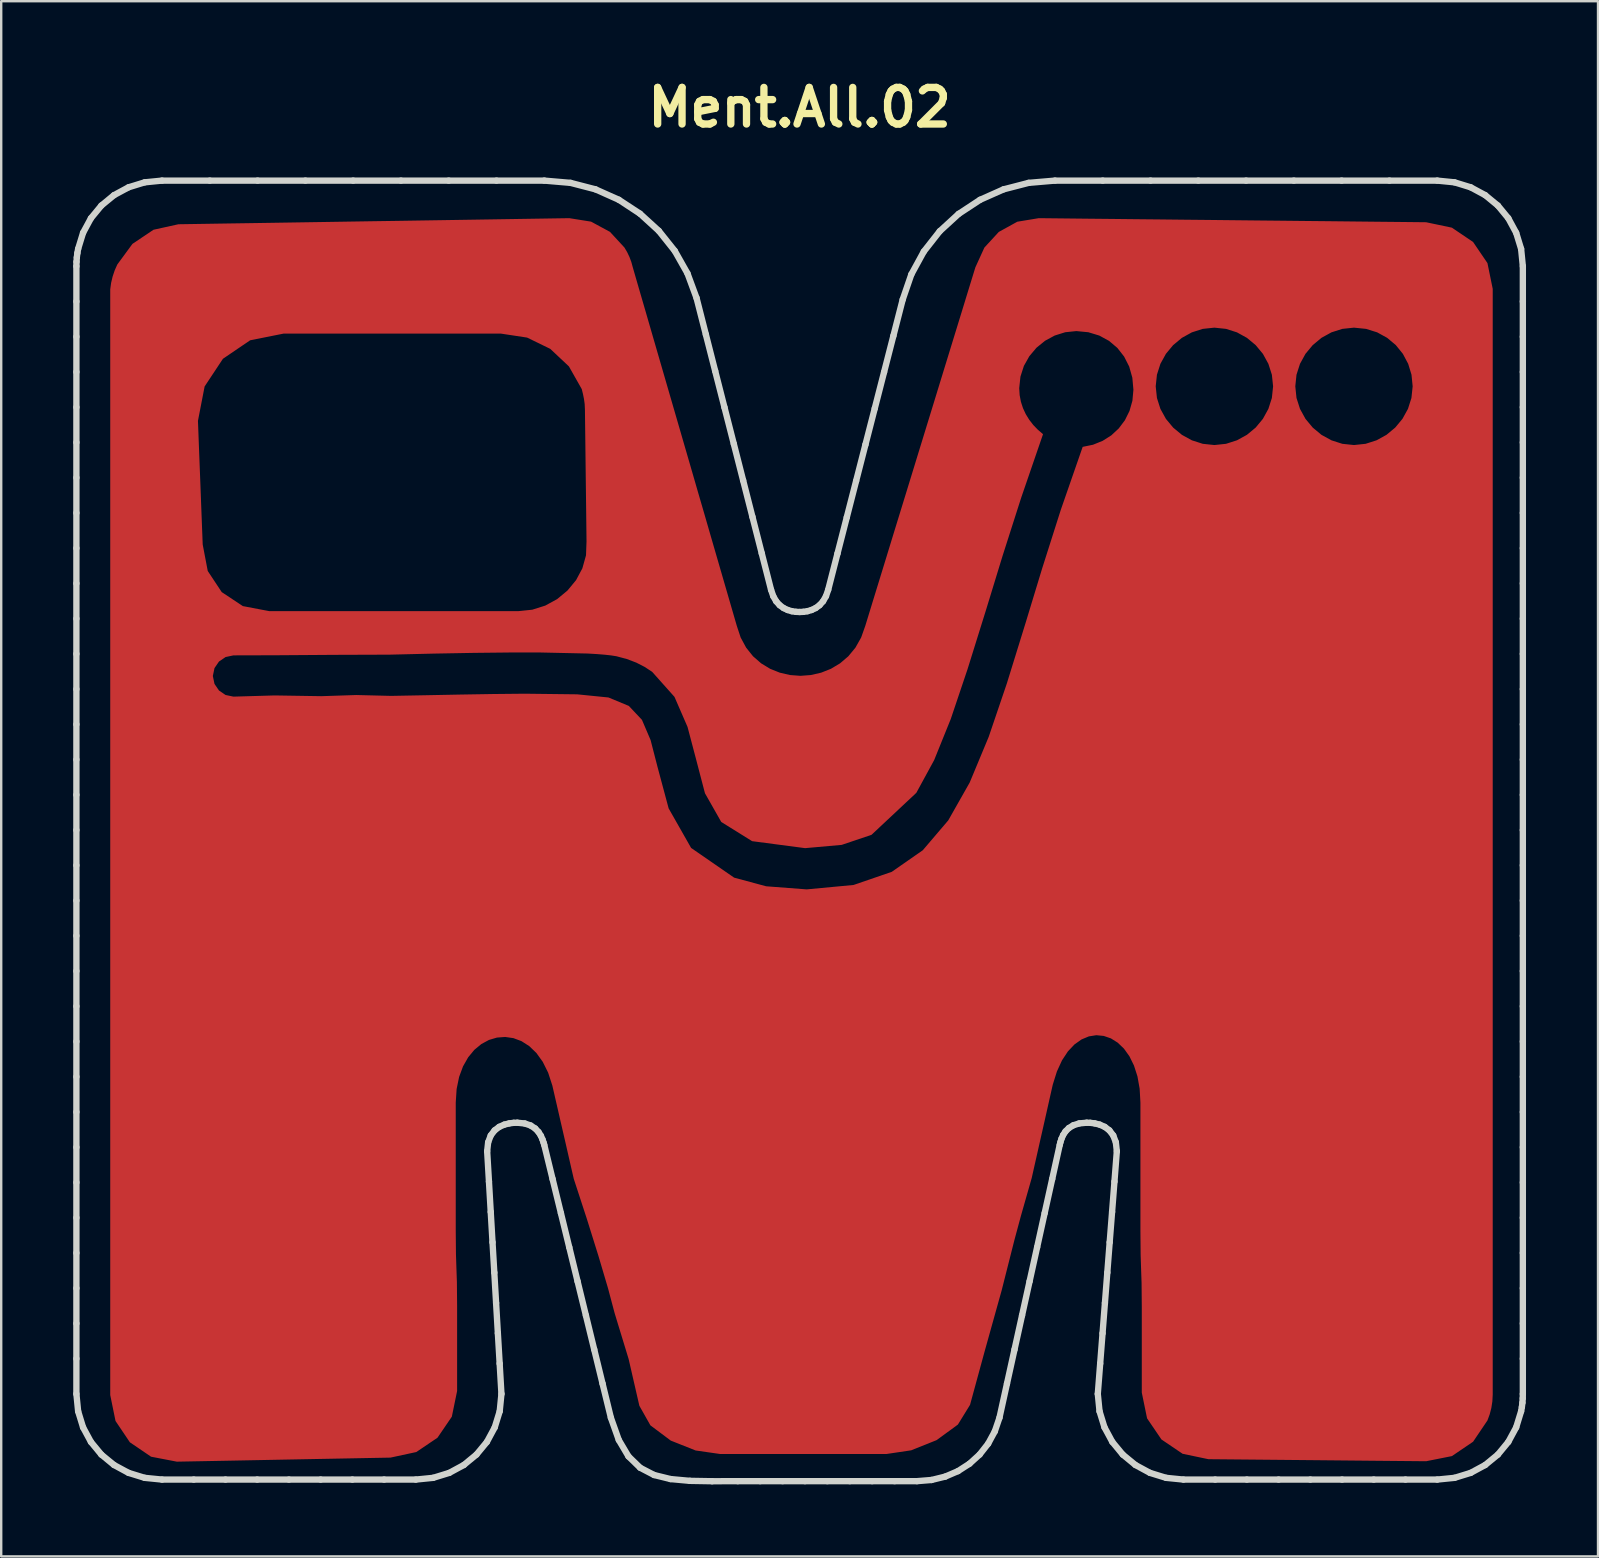
<source format=kicad_pcb>
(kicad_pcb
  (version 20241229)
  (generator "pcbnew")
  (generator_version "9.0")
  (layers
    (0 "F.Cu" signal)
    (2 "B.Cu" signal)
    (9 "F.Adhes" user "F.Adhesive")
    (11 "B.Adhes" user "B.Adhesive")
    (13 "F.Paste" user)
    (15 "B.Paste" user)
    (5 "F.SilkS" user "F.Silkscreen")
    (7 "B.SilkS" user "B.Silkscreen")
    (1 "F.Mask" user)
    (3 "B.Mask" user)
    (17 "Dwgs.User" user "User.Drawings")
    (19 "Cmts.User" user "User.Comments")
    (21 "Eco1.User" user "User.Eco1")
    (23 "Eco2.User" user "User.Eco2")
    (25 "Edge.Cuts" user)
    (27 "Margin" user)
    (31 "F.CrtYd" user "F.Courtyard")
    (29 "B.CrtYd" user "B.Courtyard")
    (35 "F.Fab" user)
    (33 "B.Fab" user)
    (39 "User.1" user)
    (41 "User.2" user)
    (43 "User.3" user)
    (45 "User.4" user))
  (footprint "Ment.All.02"
    (layer "F.Cu")
    (at 30.267 31.571)
    (property "Reference" "Ment.All.02" (at 0 -30.144 0) (layer "F.SilkS") (effects (font (size 1.524 1.524) (thickness 0.305))))
    (attr smd)
    (fp_poly (pts (xy -9.595 -25.531) (xy -7.859 -7.313) (xy -7.635 -7.278) (xy -7.199 -7.162) (xy -6.807 -7.013) (xy -6.456 -6.833) (xy -6.143 -6.627) (xy -5.214 -5.585) (xy -4.67 -4.333) (xy -4.331 -3.049) (xy -3.944 -1.569) (xy -3.265 -0.373) (xy -1.98 0.427) (xy 0.229 0.718) (xy 1.753 0.582) (xy 2.995 0.163) (xy 4.863 -1.587) (xy 5.606 -2.951) (xy 6.298 -4.663) (xy 6.997 -6.739) (xy 7.763 -9.195) (xy 8.453 -11.449) (xy 9.231 -13.88) (xy 10.142 -16.53) (xy 9.929 -16.713) (xy 9.736 -16.913) (xy 9.567 -17.131) (xy 9.423 -17.365) (xy 9.307 -17.614) (xy 9.221 -17.878) (xy 9.168 -18.156) (xy 9.15 -18.447) (xy 9.201 -18.929) (xy 9.345 -19.376) (xy 9.572 -19.78) (xy 9.869 -20.132) (xy 10.225 -20.422) (xy 10.628 -20.64) (xy 11.067 -20.778) (xy 11.529 -20.826) (xy 11.529 -20.826) (xy 12.03 -20.778) (xy 12.487 -20.639) (xy 12.892 -20.418) (xy 13.239 -20.124) (xy 13.521 -19.764) (xy 13.732 -19.348) (xy 13.863 -18.884) (xy 13.908 -18.381) (xy 13.866 -17.923) (xy 13.745 -17.498) (xy 13.553 -17.111) (xy 13.297 -16.77) (xy 12.986 -16.481) (xy 12.626 -16.253) (xy 12.226 -16.091) (xy 11.794 -16.002) (xy 10.883 -13.38) (xy 10.105 -10.935) (xy 9.415 -8.666) (xy 8.633 -6.14) (xy 7.879 -3.921) (xy 7.087 -2.017) (xy 6.193 -0.439) (xy 5.132 0.805) (xy 3.839 1.705) (xy 2.248 2.252) (xy 0.295 2.436) (xy -1.395 2.307) (xy -2.729 1.947) (xy -4.521 0.709) (xy -5.457 -0.938) (xy -5.917 -2.652) (xy -6.209 -3.785) (xy -6.569 -4.627) (xy -7.116 -5.208) (xy -7.965 -5.56) (xy -9.269 -5.691) (xy -11.451 -5.717) (xy -12.76 -5.704) (xy -14.155 -5.681) (xy -15.589 -5.653) (xy -17.019 -5.626) (xy -18.473 -5.662) (xy -19.931 -5.614) (xy -21.873 -5.645) (xy -23.59 -5.595) (xy -23.919 -5.664) (xy -24.193 -5.851) (xy -24.38 -6.125) (xy -24.449 -6.455) (xy -24.38 -6.784) (xy -24.193 -7.057) (xy -23.919 -7.244) (xy -23.59 -7.314) (xy -21.81 -7.319) (xy -19.39 -7.336) (xy -17.085 -7.344) (xy -15.242 -7.388) (xy -13.582 -7.418) (xy -12.108 -7.434) (xy -10.824 -7.435) (xy -8.833 -7.391) (xy -8.458 -7.369) (xy -8.133 -7.343) (xy -7.859 -7.313) (xy -9.595 -25.531) (xy -21.501 -20.721) (xy -19.237 -20.721) (xy -16.974 -20.721) (xy -14.711 -20.721) (xy -12.447 -20.721) (xy -11.354 -20.555) (xy -10.39 -20.085) (xy -9.613 -19.355) (xy -9.077 -18.408) (xy -9.028 -18.209) (xy -8.986 -18.004) (xy -8.956 -17.786) (xy -8.945 -17.55) (xy -8.928 -16.178) (xy -8.912 -14.807) (xy -8.895 -13.436) (xy -8.879 -12.064) (xy -8.9 -11.484) (xy -9.052 -10.941) (xy -9.315 -10.448) (xy -9.672 -10.016) (xy -10.104 -9.658) (xy -10.597 -9.388) (xy -11.14 -9.217) (xy -11.72 -9.157) (xy -14.314 -9.157) (xy -16.908 -9.157) (xy -19.502 -9.157) (xy -22.095 -9.157) (xy -23.198 -9.367) (xy -24.078 -9.95) (xy -24.661 -10.83) (xy -24.871 -11.932) (xy -24.921 -13.221) (xy -24.97 -14.51) (xy -25.02 -15.798) (xy -25.069 -17.087) (xy -24.791 -18.519) (xy -24.028 -19.672) (xy -22.895 -20.442) (xy -21.501 -20.721) (xy -21.501 -20.721) (xy -9.595 -25.531) (xy -10.613 -25.515) (xy -11.631 -25.499) (xy -12.649 -25.483) (xy -13.667 -25.467) (xy -14.685 -25.451) (xy -15.703 -25.435) (xy -16.721 -25.419) (xy -17.739 -25.404) (xy -18.757 -25.388) (xy -19.775 -25.372) (xy -20.793 -25.356) (xy -21.811 -25.34) (xy -22.829 -25.324) (xy -23.847 -25.309) (xy -24.865 -25.293) (xy -25.883 -25.277) (xy -26.922 -25.048) (xy -27.799 -24.459) (xy -28.429 -23.601) (xy -28.538 -23.356) (xy -28.624 -23.1) (xy -28.687 -22.837) (xy -28.724 -22.568) (xy -28.724 -19.688) (xy -28.724 -16.808) (xy -28.724 -13.929) (xy -28.724 -11.049) (xy -28.724 -8.17) (xy -28.724 -5.29) (xy -28.724 -2.41) (xy -28.724 0.469) (xy -28.724 3.349) (xy -28.724 6.228) (xy -28.724 9.108) (xy -28.724 11.987) (xy -28.724 14.867) (xy -28.724 17.746) (xy -28.724 20.626) (xy -28.724 23.506) (xy -28.504 24.585) (xy -27.906 25.474) (xy -27.023 26.074) (xy -25.949 26.281) (xy -23.723 26.239) (xy -21.498 26.196) (xy -19.272 26.154) (xy -17.047 26.112) (xy -15.972 25.88) (xy -15.089 25.284) (xy -14.491 24.407) (xy -14.271 23.337) (xy -14.271 22.893) (xy -14.271 22.448) (xy -14.271 22.004) (xy -14.271 21.56) (xy -14.271 21.115) (xy -14.271 20.671) (xy -14.271 20.227) (xy -14.271 19.783) (xy -14.28 18.793) (xy -14.3 18.216) (xy -14.319 17.638) (xy -14.328 16.649) (xy -14.328 16.205) (xy -14.328 15.76) (xy -14.328 15.316) (xy -14.328 14.872) (xy -14.328 14.428) (xy -14.328 13.983) (xy -14.328 13.539) (xy -14.328 13.095) (xy -14.328 12.651) (xy -14.328 12.207) (xy -14.328 11.762) (xy -14.328 11.318) (xy -14.291 10.753) (xy -14.187 10.249) (xy -14.024 9.809) (xy -13.81 9.433) (xy -13.554 9.123) (xy -13.263 8.882) (xy -12.946 8.71) (xy -12.612 8.611) (xy -12.269 8.585) (xy -11.924 8.634) (xy -11.587 8.761) (xy -11.266 8.966) (xy -10.968 9.252) (xy -10.703 9.621) (xy -10.478 10.073) (xy -10.302 10.613) (xy -10.191 11.098) (xy -10.079 11.583) (xy -9.968 12.069) (xy -9.856 12.554) (xy -9.744 13.04) (xy -9.633 13.526) (xy -9.522 14.011) (xy 24.816 -16.805) (xy 24.452 -16.503) (xy 24.038 -16.275) (xy 23.582 -16.129) (xy 23.098 -16.078) (xy 22.613 -16.129) (xy 22.158 -16.275) (xy 21.743 -16.503) (xy 21.38 -16.805) (xy 21.077 -17.169) (xy 20.849 -17.584) (xy 20.703 -18.039) (xy 20.653 -18.524) (xy 20.703 -19.008) (xy 20.849 -19.463) (xy 21.077 -19.878) (xy 21.38 -20.242) (xy 21.743 -20.544) (xy 22.158 -20.773) (xy 22.613 -20.918) (xy 23.098 -20.969) (xy 23.601 -20.918) (xy 24.065 -20.773) (xy 24.481 -20.544) (xy 24.841 -20.242) (xy 25.135 -19.878) (xy 25.356 -19.463) (xy 25.495 -19.008) (xy 25.543 -18.524) (xy 25.492 -18.039) (xy 25.347 -17.584) (xy 25.118 -17.169) (xy 24.816 -16.805) (xy -9.522 14.011) (xy -9.41 14.497) (xy -8.869 16.153) (xy -8.383 17.707) (xy -7.984 19.054) (xy 19.303 -17.169) (xy 19.001 -16.805) (xy 18.637 -16.503) (xy 18.222 -16.275) (xy 17.767 -16.129) (xy 17.282 -16.078) (xy 16.798 -16.129) (xy 16.343 -16.275) (xy 15.928 -16.503) (xy 15.564 -16.805) (xy 15.262 -17.169) (xy 15.033 -17.584) (xy 14.888 -18.039) (xy 14.837 -18.524) (xy 14.888 -19.008) (xy 15.033 -19.463) (xy 15.262 -19.878) (xy 15.564 -20.242) (xy 15.928 -20.544) (xy 16.343 -20.773) (xy 16.798 -20.918) (xy 17.282 -20.969) (xy 17.767 -20.918) (xy 18.222 -20.773) (xy 18.637 -20.544) (xy 19.001 -20.242) (xy 19.303 -19.878) (xy 19.531 -19.463) (xy 19.677 -19.008) (xy 19.728 -18.524) (xy 19.677 -18.039) (xy 19.531 -17.584) (xy 19.303 -17.169) (xy -7.984 19.054) (xy -7.709 20.088) (xy -7.563 20.569) (xy -7.416 21.05) (xy -7.269 21.53) (xy -7.123 22.011) (xy -6.677 23.953) (xy -6.217 24.768) (xy -5.369 25.403) (xy -4.334 25.815) (xy -3.317 25.961) (xy -1.582 25.961) (xy 0.153 25.961) (xy 1.887 25.961) (xy 3.622 25.961) (xy 4.649 25.808) (xy 5.709 25.383) (xy 6.595 24.735) (xy 7.101 23.913) (xy 7.708 21.689) (xy 7.885 21.055) (xy 8.062 20.421) (xy 8.239 19.786) (xy 8.416 19.153) (xy 8.732 17.906) (xy 8.955 17.026) (xy 9.222 16.036) (xy 9.672 14.457) (xy 9.781 13.971) (xy 9.891 13.486) (xy 10 13) (xy 10.11 12.515) (xy 10.22 12.029) (xy 10.329 11.544) (xy 10.438 11.058) (xy 10.548 10.572) (xy 10.72 10.023) (xy 10.932 9.561) (xy 11.179 9.186) (xy 11.453 8.896) (xy 11.747 8.688) (xy 12.052 8.561) (xy 12.363 8.512) (xy 12.671 8.542) (xy 12.971 8.645) (xy 13.254 8.823) (xy 13.513 9.071) (xy 13.741 9.389) (xy 13.931 9.775) (xy 14.076 10.226) (xy 14.168 10.741) (xy 14.2 11.318) (xy 14.2 11.765) (xy 14.2 12.211) (xy 14.2 12.657) (xy 14.2 13.103) (xy 14.2 13.549) (xy 14.2 13.996) (xy 14.2 14.442) (xy 14.2 14.888) (xy 14.2 15.335) (xy 14.2 15.781) (xy 14.2 16.227) (xy 14.2 16.674) (xy 14.209 17.669) (xy 14.228 18.253) (xy 14.248 18.837) (xy 14.257 19.832) (xy 14.257 20.279) (xy 14.257 20.725) (xy 14.257 21.171) (xy 14.257 21.618) (xy 14.257 22.064) (xy 14.257 22.51) (xy 14.257 22.956) (xy 14.257 23.403) (xy 14.477 24.476) (xy 15.075 25.355) (xy 15.957 25.952) (xy 17.033 26.178) (xy 19.3 26.199) (xy 21.568 26.22) (xy 23.836 26.242) (xy 26.103 26.263) (xy 27.178 26.049) (xy 28.061 25.45) (xy 28.659 24.564) (xy 28.753 24.309) (xy 28.822 24.043) (xy 28.864 23.769) (xy 28.879 23.487) (xy 28.879 20.608) (xy 28.879 17.728) (xy 28.879 14.849) (xy 28.879 11.969) (xy 28.879 9.09) (xy 28.879 6.21) (xy 28.879 3.33) (xy 28.879 0.451) (xy 28.879 -2.429) (xy 28.879 -5.309) (xy 28.879 -8.188) (xy 28.879 -11.068) (xy 28.879 -13.947) (xy 28.879 -16.827) (xy 28.879 -19.707) (xy 28.879 -22.586) (xy 28.659 -23.659) (xy 28.061 -24.538) (xy 27.178 -25.135) (xy 26.103 -25.361) (xy 25.095 -25.372) (xy 24.087 -25.382) (xy 23.078 -25.393) (xy 22.069 -25.404) (xy 21.06 -25.414) (xy 20.052 -25.425) (xy 19.043 -25.435) (xy 18.035 -25.446) (xy 17.026 -25.457) (xy 16.018 -25.467) (xy 15.009 -25.478) (xy 14 -25.488) (xy 12.992 -25.499) (xy 11.984 -25.509) (xy 10.975 -25.52) (xy 9.966 -25.531) (xy 9.07 -25.383) (xy 8.298 -24.957) (xy 7.699 -24.306) (xy 7.323 -23.482) (xy 7.036 -22.549) (xy 6.75 -21.615) (xy 6.463 -20.682) (xy 6.176 -19.748) (xy 5.889 -18.814) (xy 5.603 -17.88) (xy 5.316 -16.947) (xy 5.029 -16.013) (xy 4.743 -15.08) (xy 4.456 -14.146) (xy 4.169 -13.213) (xy 3.882 -12.279) (xy 3.596 -11.345) (xy 3.309 -10.411) (xy 3.022 -9.478) (xy 2.736 -8.544) (xy 2.563 -8.057) (xy 2.324 -7.634) (xy 2.029 -7.276) (xy 1.686 -6.983) (xy 1.305 -6.755) (xy 0.897 -6.593) (xy 0.47 -6.495) (xy 0.035 -6.462) (xy -0.4 -6.495) (xy -0.825 -6.593) (xy -1.229 -6.755) (xy -1.604 -6.983) (xy -1.94 -7.276) (xy -2.227 -7.634) (xy -2.456 -8.057) (xy -2.617 -8.544) (xy -2.888 -9.478) (xy -3.159 -10.411) (xy -3.43 -11.345) (xy -3.701 -12.279) (xy -3.971 -13.213) (xy -4.243 -14.146) (xy -4.513 -15.08) (xy -4.784 -16.013) (xy -5.055 -16.947) (xy -5.326 -17.88) (xy -5.597 -18.814) (xy -5.868 -19.748) (xy -6.139 -20.682) (xy -6.409 -21.615) (xy -6.681 -22.549) (xy -6.951 -23.482) (xy -7.011 -23.702) (xy -7.089 -23.912) (xy -7.186 -24.115) (xy -7.299 -24.307) (xy -7.902 -24.96) (xy -8.689 -25.386) (xy -9.595 -25.531)) (stroke (width 0) (type solid)) (fill yes) (layer "F.Cu"))
    (fp_line (start -30.134 -23.528) (end -30.13 -23.712) (stroke (width 0.264) (type solid)) (layer "Edge.Cuts"))
    (fp_line (start -30.134 -22.059) (end -30.134 -23.528) (stroke (width 0.264) (type solid)) (layer "Edge.Cuts"))
    (fp_line (start -30.134 -20.591) (end -30.134 -22.059) (stroke (width 0.264) (type solid)) (layer "Edge.Cuts"))
    (fp_line (start -30.134 -19.123) (end -30.134 -20.591) (stroke (width 0.264) (type solid)) (layer "Edge.Cuts"))
    (fp_line (start -30.134 -17.654) (end -30.134 -19.123) (stroke (width 0.264) (type solid)) (layer "Edge.Cuts"))
    (fp_line (start -30.134 -16.186) (end -30.134 -17.654) (stroke (width 0.264) (type solid)) (layer "Edge.Cuts"))
    (fp_line (start -30.134 -14.718) (end -30.134 -16.186) (stroke (width 0.264) (type solid)) (layer "Edge.Cuts"))
    (fp_line (start -30.134 -13.249) (end -30.134 -14.718) (stroke (width 0.264) (type solid)) (layer "Edge.Cuts"))
    (fp_line (start -30.134 -11.781) (end -30.134 -13.249) (stroke (width 0.264) (type solid)) (layer "Edge.Cuts"))
    (fp_line (start -30.134 -10.313) (end -30.134 -11.781) (stroke (width 0.264) (type solid)) (layer "Edge.Cuts"))
    (fp_line (start -30.134 -8.844) (end -30.134 -10.313) (stroke (width 0.264) (type solid)) (layer "Edge.Cuts"))
    (fp_line (start -30.134 -7.376) (end -30.134 -8.844) (stroke (width 0.264) (type solid)) (layer "Edge.Cuts"))
    (fp_line (start -30.134 -5.908) (end -30.134 -7.376) (stroke (width 0.264) (type solid)) (layer "Edge.Cuts"))
    (fp_line (start -30.134 -4.44) (end -30.134 -5.908) (stroke (width 0.264) (type solid)) (layer "Edge.Cuts"))
    (fp_line (start -30.134 -2.971) (end -30.134 -4.44) (stroke (width 0.264) (type solid)) (layer "Edge.Cuts"))
    (fp_line (start -30.134 -1.503) (end -30.134 -2.971) (stroke (width 0.264) (type solid)) (layer "Edge.Cuts"))
    (fp_line (start -30.134 -0.035) (end -30.134 -1.503) (stroke (width 0.264) (type solid)) (layer "Edge.Cuts"))
    (fp_line (start -30.134 1.434) (end -30.134 -0.035) (stroke (width 0.264) (type solid)) (layer "Edge.Cuts"))
    (fp_line (start -30.134 2.902) (end -30.134 1.434) (stroke (width 0.264) (type solid)) (layer "Edge.Cuts"))
    (fp_line (start -30.134 4.37) (end -30.134 2.902) (stroke (width 0.264) (type solid)) (layer "Edge.Cuts"))
    (fp_line (start -30.134 5.839) (end -30.134 4.37) (stroke (width 0.264) (type solid)) (layer "Edge.Cuts"))
    (fp_line (start -30.134 7.307) (end -30.134 5.839) (stroke (width 0.264) (type solid)) (layer "Edge.Cuts"))
    (fp_line (start -30.134 8.775) (end -30.134 7.307) (stroke (width 0.264) (type solid)) (layer "Edge.Cuts"))
    (fp_line (start -30.134 10.244) (end -30.134 8.775) (stroke (width 0.264) (type solid)) (layer "Edge.Cuts"))
    (fp_line (start -30.134 11.712) (end -30.134 10.244) (stroke (width 0.264) (type solid)) (layer "Edge.Cuts"))
    (fp_line (start -30.134 13.18) (end -30.134 11.712) (stroke (width 0.264) (type solid)) (layer "Edge.Cuts"))
    (fp_line (start -30.134 14.648) (end -30.134 13.18) (stroke (width 0.264) (type solid)) (layer "Edge.Cuts"))
    (fp_line (start -30.134 16.117) (end -30.134 14.648) (stroke (width 0.264) (type solid)) (layer "Edge.Cuts"))
    (fp_line (start -30.134 17.585) (end -30.134 16.117) (stroke (width 0.264) (type solid)) (layer "Edge.Cuts"))
    (fp_line (start -30.134 19.053) (end -30.134 17.585) (stroke (width 0.264) (type solid)) (layer "Edge.Cuts"))
    (fp_line (start -30.134 20.522) (end -30.134 19.053) (stroke (width 0.264) (type solid)) (layer "Edge.Cuts"))
    (fp_line (start -30.134 21.99) (end -30.134 20.522) (stroke (width 0.264) (type solid)) (layer "Edge.Cuts"))
    (fp_line (start -30.134 23.458) (end -30.134 21.99) (stroke (width 0.264) (type solid)) (layer "Edge.Cuts"))
    (fp_line (start -30.13 -23.712) (end -30.116 -23.894) (stroke (width 0.264) (type solid)) (layer "Edge.Cuts"))
    (fp_line (start -30.116 -23.894) (end -30.094 -24.074) (stroke (width 0.264) (type solid)) (layer "Edge.Cuts"))
    (fp_line (start -30.094 -24.074) (end -30.062 -24.25) (stroke (width 0.264) (type solid)) (layer "Edge.Cuts"))
    (fp_line (start -30.062 -24.25) (end -29.856 -24.921) (stroke (width 0.264) (type solid)) (layer "Edge.Cuts"))
    (fp_line (start -30.062 24.181) (end -30.134 23.458) (stroke (width 0.264) (type solid)) (layer "Edge.Cuts"))
    (fp_line (start -29.856 -24.921) (end -29.528 -25.528) (stroke (width 0.264) (type solid)) (layer "Edge.Cuts"))
    (fp_line (start -29.856 24.852) (end -30.062 24.181) (stroke (width 0.264) (type solid)) (layer "Edge.Cuts"))
    (fp_line (start -29.528 -25.528) (end -29.094 -26.055) (stroke (width 0.264) (type solid)) (layer "Edge.Cuts"))
    (fp_line (start -29.528 25.459) (end -29.856 24.852) (stroke (width 0.264) (type solid)) (layer "Edge.Cuts"))
    (fp_line (start -29.094 -26.055) (end -28.566 -26.49) (stroke (width 0.264) (type solid)) (layer "Edge.Cuts"))
    (fp_line (start -29.094 25.986) (end -29.528 25.459) (stroke (width 0.264) (type solid)) (layer "Edge.Cuts"))
    (fp_line (start -28.566 -26.49) (end -27.96 -26.817) (stroke (width 0.264) (type solid)) (layer "Edge.Cuts"))
    (fp_line (start -28.566 26.42) (end -29.094 25.986) (stroke (width 0.264) (type solid)) (layer "Edge.Cuts"))
    (fp_line (start -27.96 -26.817) (end -27.288 -27.024) (stroke (width 0.264) (type solid)) (layer "Edge.Cuts"))
    (fp_line (start -27.96 26.748) (end -28.566 26.42) (stroke (width 0.264) (type solid)) (layer "Edge.Cuts"))
    (fp_line (start -27.288 -27.024) (end -26.566 -27.096) (stroke (width 0.264) (type solid)) (layer "Edge.Cuts"))
    (fp_line (start -27.288 26.955) (end -27.96 26.748) (stroke (width 0.264) (type solid)) (layer "Edge.Cuts"))
    (fp_line (start -26.566 -27.096) (end -24.575 -27.096) (stroke (width 0.264) (type solid)) (layer "Edge.Cuts"))
    (fp_line (start -26.566 27.027) (end -27.288 26.955) (stroke (width 0.264) (type solid)) (layer "Edge.Cuts"))
    (fp_line (start -25.244 27.027) (end -26.566 27.027) (stroke (width 0.264) (type solid)) (layer "Edge.Cuts"))
    (fp_line (start -24.575 -27.096) (end -22.584 -27.096) (stroke (width 0.264) (type solid)) (layer "Edge.Cuts"))
    (fp_line (start -23.922 27.027) (end -25.244 27.027) (stroke (width 0.264) (type solid)) (layer "Edge.Cuts"))
    (fp_line (start -22.601 27.027) (end -23.922 27.027) (stroke (width 0.264) (type solid)) (layer "Edge.Cuts"))
    (fp_line (start -22.584 -27.096) (end -20.593 -27.096) (stroke (width 0.264) (type solid)) (layer "Edge.Cuts"))
    (fp_line (start -21.279 27.027) (end -22.601 27.027) (stroke (width 0.264) (type solid)) (layer "Edge.Cuts"))
    (fp_line (start -20.593 -27.096) (end -18.603 -27.096) (stroke (width 0.264) (type solid)) (layer "Edge.Cuts"))
    (fp_line (start -19.957 27.027) (end -21.279 27.027) (stroke (width 0.264) (type solid)) (layer "Edge.Cuts"))
    (fp_line (start -18.636 27.027) (end -19.957 27.027) (stroke (width 0.264) (type solid)) (layer "Edge.Cuts"))
    (fp_line (start -18.603 -27.096) (end -16.612 -27.096) (stroke (width 0.264) (type solid)) (layer "Edge.Cuts"))
    (fp_line (start -17.314 27.027) (end -18.636 27.027) (stroke (width 0.264) (type solid)) (layer "Edge.Cuts"))
    (fp_line (start -16.612 -27.096) (end -14.621 -27.096) (stroke (width 0.264) (type solid)) (layer "Edge.Cuts"))
    (fp_line (start -15.992 27.027) (end -17.314 27.027) (stroke (width 0.264) (type solid)) (layer "Edge.Cuts"))
    (fp_line (start -15.27 26.955) (end -15.992 27.027) (stroke (width 0.264) (type solid)) (layer "Edge.Cuts"))
    (fp_line (start -14.621 -27.096) (end -12.63 -27.096) (stroke (width 0.264) (type solid)) (layer "Edge.Cuts"))
    (fp_line (start -14.598 26.748) (end -15.27 26.955) (stroke (width 0.264) (type solid)) (layer "Edge.Cuts"))
    (fp_line (start -13.992 26.42) (end -14.598 26.748) (stroke (width 0.264) (type solid)) (layer "Edge.Cuts"))
    (fp_line (start -13.465 25.986) (end -13.992 26.42) (stroke (width 0.264) (type solid)) (layer "Edge.Cuts"))
    (fp_line (start -13.03 25.459) (end -13.465 25.986) (stroke (width 0.264) (type solid)) (layer "Edge.Cuts"))
    (fp_line (start -13.019 13.347) (end -12.944 14.611) (stroke (width 0.264) (type solid)) (layer "Edge.Cuts"))
    (fp_line (start -12.978 12.974) (end -13.019 13.347) (stroke (width 0.264) (type solid)) (layer "Edge.Cuts"))
    (fp_line (start -12.944 14.611) (end -12.87 15.875) (stroke (width 0.264) (type solid)) (layer "Edge.Cuts"))
    (fp_line (start -12.87 15.875) (end -12.796 17.139) (stroke (width 0.264) (type solid)) (layer "Edge.Cuts"))
    (fp_line (start -12.869 12.688) (end -12.978 12.974) (stroke (width 0.264) (type solid)) (layer "Edge.Cuts"))
    (fp_line (start -12.796 17.139) (end -12.721 18.403) (stroke (width 0.264) (type solid)) (layer "Edge.Cuts"))
    (fp_line (start -12.721 18.403) (end -12.647 19.667) (stroke (width 0.264) (type solid)) (layer "Edge.Cuts"))
    (fp_line (start -12.708 12.477) (end -12.869 12.688) (stroke (width 0.264) (type solid)) (layer "Edge.Cuts"))
    (fp_line (start -12.703 24.852) (end -13.03 25.459) (stroke (width 0.264) (type solid)) (layer "Edge.Cuts"))
    (fp_line (start -12.647 19.667) (end -12.573 20.931) (stroke (width 0.264) (type solid)) (layer "Edge.Cuts"))
    (fp_line (start -12.63 -27.096) (end -10.64 -27.096) (stroke (width 0.264) (type solid)) (layer "Edge.Cuts"))
    (fp_line (start -12.573 20.931) (end -12.498 22.194) (stroke (width 0.264) (type solid)) (layer "Edge.Cuts"))
    (fp_line (start -12.515 12.331) (end -12.708 12.477) (stroke (width 0.264) (type solid)) (layer "Edge.Cuts"))
    (fp_line (start -12.498 22.194) (end -12.424 23.458) (stroke (width 0.264) (type solid)) (layer "Edge.Cuts"))
    (fp_line (start -12.496 24.181) (end -12.703 24.852) (stroke (width 0.264) (type solid)) (layer "Edge.Cuts"))
    (fp_line (start -12.424 23.458) (end -12.496 24.181) (stroke (width 0.264) (type solid)) (layer "Edge.Cuts"))
    (fp_line (start -12.305 12.238) (end -12.515 12.331) (stroke (width 0.264) (type solid)) (layer "Edge.Cuts"))
    (fp_line (start -12.099 12.186) (end -12.305 12.238) (stroke (width 0.264) (type solid)) (layer "Edge.Cuts"))
    (fp_line (start -11.912 12.163) (end -12.099 12.186) (stroke (width 0.264) (type solid)) (layer "Edge.Cuts"))
    (fp_line (start -11.763 12.158) (end -11.912 12.163) (stroke (width 0.264) (type solid)) (layer "Edge.Cuts"))
    (fp_line (start -11.452 12.19) (end -11.763 12.158) (stroke (width 0.264) (type solid)) (layer "Edge.Cuts"))
    (fp_line (start -11.206 12.275) (end -11.452 12.19) (stroke (width 0.264) (type solid)) (layer "Edge.Cuts"))
    (fp_line (start -11.018 12.398) (end -11.206 12.275) (stroke (width 0.264) (type solid)) (layer "Edge.Cuts"))
    (fp_line (start -10.879 12.546) (end -11.018 12.398) (stroke (width 0.264) (type solid)) (layer "Edge.Cuts"))
    (fp_line (start -10.78 12.703) (end -10.879 12.546) (stroke (width 0.264) (type solid)) (layer "Edge.Cuts"))
    (fp_line (start -10.713 12.855) (end -10.78 12.703) (stroke (width 0.264) (type solid)) (layer "Edge.Cuts"))
    (fp_line (start -10.669 12.986) (end -10.713 12.855) (stroke (width 0.264) (type solid)) (layer "Edge.Cuts"))
    (fp_line (start -10.64 -27.096) (end -9.546 -27.002) (stroke (width 0.264) (type solid)) (layer "Edge.Cuts"))
    (fp_line (start -10.64 13.083) (end -10.669 12.986) (stroke (width 0.264) (type solid)) (layer "Edge.Cuts"))
    (fp_line (start -10.293 14.504) (end -10.64 13.083) (stroke (width 0.264) (type solid)) (layer "Edge.Cuts"))
    (fp_line (start -9.946 15.925) (end -10.293 14.504) (stroke (width 0.264) (type solid)) (layer "Edge.Cuts"))
    (fp_line (start -9.599 17.346) (end -9.946 15.925) (stroke (width 0.264) (type solid)) (layer "Edge.Cuts"))
    (fp_line (start -9.546 -27.002) (end -8.505 -26.732) (stroke (width 0.264) (type solid)) (layer "Edge.Cuts"))
    (fp_line (start -9.252 18.766) (end -9.599 17.346) (stroke (width 0.264) (type solid)) (layer "Edge.Cuts"))
    (fp_line (start -8.905 20.187) (end -9.252 18.766) (stroke (width 0.264) (type solid)) (layer "Edge.Cuts"))
    (fp_line (start -8.558 21.608) (end -8.905 20.187) (stroke (width 0.264) (type solid)) (layer "Edge.Cuts"))
    (fp_line (start -8.505 -26.732) (end -7.534 -26.298) (stroke (width 0.264) (type solid)) (layer "Edge.Cuts"))
    (fp_line (start -8.211 23.029) (end -8.558 21.608) (stroke (width 0.264) (type solid)) (layer "Edge.Cuts"))
    (fp_line (start -7.864 24.45) (end -8.211 23.029) (stroke (width 0.264) (type solid)) (layer "Edge.Cuts"))
    (fp_line (start -7.534 -26.298) (end -6.65 -25.717) (stroke (width 0.264) (type solid)) (layer "Edge.Cuts"))
    (fp_line (start -7.534 25.379) (end -7.864 24.45) (stroke (width 0.264) (type solid)) (layer "Edge.Cuts"))
    (fp_line (start -7.131 26.061) (end -7.534 25.379) (stroke (width 0.264) (type solid)) (layer "Edge.Cuts"))
    (fp_line (start -6.65 -25.717) (end -5.867 -25.002) (stroke (width 0.264) (type solid)) (layer "Edge.Cuts"))
    (fp_line (start -6.644 26.535) (end -7.131 26.061) (stroke (width 0.264) (type solid)) (layer "Edge.Cuts"))
    (fp_line (start -6.063 26.837) (end -6.644 26.535) (stroke (width 0.264) (type solid)) (layer "Edge.Cuts"))
    (fp_line (start -5.867 -25.002) (end -5.203 -24.169) (stroke (width 0.264) (type solid)) (layer "Edge.Cuts"))
    (fp_line (start -5.377 27.006) (end -6.063 26.837) (stroke (width 0.264) (type solid)) (layer "Edge.Cuts"))
    (fp_line (start -5.203 -24.169) (end -4.674 -23.232) (stroke (width 0.264) (type solid)) (layer "Edge.Cuts"))
    (fp_line (start -4.674 -23.232) (end -4.295 -22.206) (stroke (width 0.264) (type solid)) (layer "Edge.Cuts"))
    (fp_line (start -4.574 27.08) (end -5.377 27.006) (stroke (width 0.264) (type solid)) (layer "Edge.Cuts"))
    (fp_line (start -4.295 -22.206) (end -3.907 -20.686) (stroke (width 0.264) (type solid)) (layer "Edge.Cuts"))
    (fp_line (start -3.907 -20.686) (end -3.519 -19.166) (stroke (width 0.264) (type solid)) (layer "Edge.Cuts"))
    (fp_line (start -3.645 27.096) (end -4.574 27.08) (stroke (width 0.264) (type solid)) (layer "Edge.Cuts"))
    (fp_line (start -3.519 -19.166) (end -3.131 -17.646) (stroke (width 0.264) (type solid)) (layer "Edge.Cuts"))
    (fp_line (start -3.131 -17.646) (end -2.742 -16.126) (stroke (width 0.264) (type solid)) (layer "Edge.Cuts"))
    (fp_line (start -2.742 -16.126) (end -2.354 -14.606) (stroke (width 0.264) (type solid)) (layer "Edge.Cuts"))
    (fp_line (start -2.577 27.093) (end -3.645 27.096) (stroke (width 0.264) (type solid)) (layer "Edge.Cuts"))
    (fp_line (start -2.354 -14.606) (end -1.966 -13.086) (stroke (width 0.264) (type solid)) (layer "Edge.Cuts"))
    (fp_line (start -1.966 -13.086) (end -1.578 -11.566) (stroke (width 0.264) (type solid)) (layer "Edge.Cuts"))
    (fp_line (start -1.644 27.093) (end -2.577 27.093) (stroke (width 0.264) (type solid)) (layer "Edge.Cuts"))
    (fp_line (start -1.578 -11.566) (end -1.19 -10.046) (stroke (width 0.264) (type solid)) (layer "Edge.Cuts"))
    (fp_line (start -1.19 -10.046) (end -1.098 -9.779) (stroke (width 0.264) (type solid)) (layer "Edge.Cuts"))
    (fp_line (start -1.098 -9.779) (end -0.976 -9.567) (stroke (width 0.264) (type solid)) (layer "Edge.Cuts"))
    (fp_line (start -0.976 -9.567) (end -0.831 -9.405) (stroke (width 0.264) (type solid)) (layer "Edge.Cuts"))
    (fp_line (start -0.831 -9.405) (end -0.669 -9.286) (stroke (width 0.264) (type solid)) (layer "Edge.Cuts"))
    (fp_line (start -0.71 27.093) (end -1.644 27.093) (stroke (width 0.264) (type solid)) (layer "Edge.Cuts"))
    (fp_line (start -0.669 -9.286) (end -0.498 -9.205) (stroke (width 0.264) (type solid)) (layer "Edge.Cuts"))
    (fp_line (start -0.498 -9.205) (end -0.325 -9.154) (stroke (width 0.264) (type solid)) (layer "Edge.Cuts"))
    (fp_line (start -0.325 -9.154) (end -0.157 -9.128) (stroke (width 0.264) (type solid)) (layer "Edge.Cuts"))
    (fp_line (start -0.157 -9.128) (end 0.000001 -9.121) (stroke (width 0.264) (type solid)) (layer "Edge.Cuts"))
    (fp_line (start 0.000001 -9.121) (end 0.157 -9.128) (stroke (width 0.264) (type solid)) (layer "Edge.Cuts"))
    (fp_line (start 0.157 -9.128) (end 0.325 -9.154) (stroke (width 0.264) (type solid)) (layer "Edge.Cuts"))
    (fp_line (start 0.223 27.093) (end -0.71 27.093) (stroke (width 0.264) (type solid)) (layer "Edge.Cuts"))
    (fp_line (start 0.325 -9.154) (end 0.498 -9.205) (stroke (width 0.264) (type solid)) (layer "Edge.Cuts"))
    (fp_line (start 0.498 -9.205) (end 0.669 -9.286) (stroke (width 0.264) (type solid)) (layer "Edge.Cuts"))
    (fp_line (start 0.669 -9.286) (end 0.831 -9.405) (stroke (width 0.264) (type solid)) (layer "Edge.Cuts"))
    (fp_line (start 0.831 -9.405) (end 0.976 -9.567) (stroke (width 0.264) (type solid)) (layer "Edge.Cuts"))
    (fp_line (start 0.976 -9.567) (end 1.098 -9.779) (stroke (width 0.264) (type solid)) (layer "Edge.Cuts"))
    (fp_line (start 1.098 -9.779) (end 1.19 -10.046) (stroke (width 0.264) (type solid)) (layer "Edge.Cuts"))
    (fp_line (start 1.156 27.093) (end 0.223 27.093) (stroke (width 0.264) (type solid)) (layer "Edge.Cuts"))
    (fp_line (start 1.19 -10.046) (end 1.578 -11.558) (stroke (width 0.264) (type solid)) (layer "Edge.Cuts"))
    (fp_line (start 1.578 -11.558) (end 1.966 -13.07) (stroke (width 0.264) (type solid)) (layer "Edge.Cuts"))
    (fp_line (start 1.966 -13.07) (end 2.354 -14.581) (stroke (width 0.264) (type solid)) (layer "Edge.Cuts"))
    (fp_line (start 2.09 27.093) (end 1.156 27.093) (stroke (width 0.264) (type solid)) (layer "Edge.Cuts"))
    (fp_line (start 2.354 -14.581) (end 2.742 -16.093) (stroke (width 0.264) (type solid)) (layer "Edge.Cuts"))
    (fp_line (start 2.742 -16.093) (end 3.131 -17.605) (stroke (width 0.264) (type solid)) (layer "Edge.Cuts"))
    (fp_line (start 3.023 27.093) (end 2.09 27.093) (stroke (width 0.264) (type solid)) (layer "Edge.Cuts"))
    (fp_line (start 3.131 -17.605) (end 3.519 -19.116) (stroke (width 0.264) (type solid)) (layer "Edge.Cuts"))
    (fp_line (start 3.519 -19.116) (end 3.907 -20.628) (stroke (width 0.264) (type solid)) (layer "Edge.Cuts"))
    (fp_line (start 3.907 -20.628) (end 4.295 -22.14) (stroke (width 0.264) (type solid)) (layer "Edge.Cuts"))
    (fp_line (start 3.957 27.093) (end 3.023 27.093) (stroke (width 0.264) (type solid)) (layer "Edge.Cuts"))
    (fp_line (start 4.295 -22.14) (end 4.655 -23.188) (stroke (width 0.264) (type solid)) (layer "Edge.Cuts"))
    (fp_line (start 4.655 -23.188) (end 5.175 -24.141) (stroke (width 0.264) (type solid)) (layer "Edge.Cuts"))
    (fp_line (start 4.89 27.093) (end 3.957 27.093) (stroke (width 0.264) (type solid)) (layer "Edge.Cuts"))
    (fp_line (start 5.175 -24.141) (end 5.838 -24.986) (stroke (width 0.264) (type solid)) (layer "Edge.Cuts"))
    (fp_line (start 5.496 27.044) (end 4.89 27.093) (stroke (width 0.264) (type solid)) (layer "Edge.Cuts"))
    (fp_line (start 5.838 -24.986) (end 6.625 -25.708) (stroke (width 0.264) (type solid)) (layer "Edge.Cuts"))
    (fp_line (start 6.068 26.903) (end 5.496 27.044) (stroke (width 0.264) (type solid)) (layer "Edge.Cuts"))
    (fp_line (start 6.599 26.675) (end 6.068 26.903) (stroke (width 0.264) (type solid)) (layer "Edge.Cuts"))
    (fp_line (start 6.625 -25.708) (end 7.517 -26.295) (stroke (width 0.264) (type solid)) (layer "Edge.Cuts"))
    (fp_line (start 7.079 26.366) (end 6.599 26.675) (stroke (width 0.264) (type solid)) (layer "Edge.Cuts"))
    (fp_line (start 7.501 25.983) (end 7.079 26.366) (stroke (width 0.264) (type solid)) (layer "Edge.Cuts"))
    (fp_line (start 7.517 -26.295) (end 8.496 -26.731) (stroke (width 0.264) (type solid)) (layer "Edge.Cuts"))
    (fp_line (start 7.855 25.532) (end 7.501 25.983) (stroke (width 0.264) (type solid)) (layer "Edge.Cuts"))
    (fp_line (start 8.133 25.019) (end 7.855 25.532) (stroke (width 0.264) (type solid)) (layer "Edge.Cuts"))
    (fp_line (start 8.327 24.45) (end 8.133 25.019) (stroke (width 0.264) (type solid)) (layer "Edge.Cuts"))
    (fp_line (start 8.496 -26.731) (end 9.543 -27.002) (stroke (width 0.264) (type solid)) (layer "Edge.Cuts"))
    (fp_line (start 8.64 23.029) (end 8.327 24.45) (stroke (width 0.264) (type solid)) (layer "Edge.Cuts"))
    (fp_line (start 8.954 21.608) (end 8.64 23.029) (stroke (width 0.264) (type solid)) (layer "Edge.Cuts"))
    (fp_line (start 9.268 20.187) (end 8.954 21.608) (stroke (width 0.264) (type solid)) (layer "Edge.Cuts"))
    (fp_line (start 9.543 -27.002) (end 10.64 -27.096) (stroke (width 0.264) (type solid)) (layer "Edge.Cuts"))
    (fp_line (start 9.582 18.766) (end 9.268 20.187) (stroke (width 0.264) (type solid)) (layer "Edge.Cuts"))
    (fp_line (start 9.896 17.346) (end 9.582 18.766) (stroke (width 0.264) (type solid)) (layer "Edge.Cuts"))
    (fp_line (start 10.21 15.925) (end 9.896 17.346) (stroke (width 0.264) (type solid)) (layer "Edge.Cuts"))
    (fp_line (start 10.524 14.504) (end 10.21 15.925) (stroke (width 0.264) (type solid)) (layer "Edge.Cuts"))
    (fp_line (start 10.64 -27.096) (end 12.63 -27.096) (stroke (width 0.264) (type solid)) (layer "Edge.Cuts"))
    (fp_line (start 10.838 13.083) (end 10.524 14.504) (stroke (width 0.264) (type solid)) (layer "Edge.Cuts"))
    (fp_line (start 10.867 12.967) (end 10.838 13.083) (stroke (width 0.264) (type solid)) (layer "Edge.Cuts"))
    (fp_line (start 10.911 12.827) (end 10.867 12.967) (stroke (width 0.264) (type solid)) (layer "Edge.Cuts"))
    (fp_line (start 10.978 12.674) (end 10.911 12.827) (stroke (width 0.264) (type solid)) (layer "Edge.Cuts"))
    (fp_line (start 11.077 12.521) (end 10.978 12.674) (stroke (width 0.264) (type solid)) (layer "Edge.Cuts"))
    (fp_line (start 11.217 12.381) (end 11.077 12.521) (stroke (width 0.264) (type solid)) (layer "Edge.Cuts"))
    (fp_line (start 11.405 12.265) (end 11.217 12.381) (stroke (width 0.264) (type solid)) (layer "Edge.Cuts"))
    (fp_line (start 11.65 12.187) (end 11.405 12.265) (stroke (width 0.264) (type solid)) (layer "Edge.Cuts"))
    (fp_line (start 11.961 12.158) (end 11.65 12.187) (stroke (width 0.264) (type solid)) (layer "Edge.Cuts"))
    (fp_line (start 12.11 12.163) (end 11.961 12.158) (stroke (width 0.264) (type solid)) (layer "Edge.Cuts"))
    (fp_line (start 12.297 12.186) (end 12.11 12.163) (stroke (width 0.264) (type solid)) (layer "Edge.Cuts"))
    (fp_line (start 12.424 23.458) (end 12.523 22.194) (stroke (width 0.264) (type solid)) (layer "Edge.Cuts"))
    (fp_line (start 12.496 24.181) (end 12.424 23.458) (stroke (width 0.264) (type solid)) (layer "Edge.Cuts"))
    (fp_line (start 12.504 12.238) (end 12.297 12.186) (stroke (width 0.264) (type solid)) (layer "Edge.Cuts"))
    (fp_line (start 12.523 22.194) (end 12.622 20.931) (stroke (width 0.264) (type solid)) (layer "Edge.Cuts"))
    (fp_line (start 12.622 20.931) (end 12.721 19.667) (stroke (width 0.264) (type solid)) (layer "Edge.Cuts"))
    (fp_line (start 12.63 -27.096) (end 14.621 -27.096) (stroke (width 0.264) (type solid)) (layer "Edge.Cuts"))
    (fp_line (start 12.703 24.852) (end 12.496 24.181) (stroke (width 0.264) (type solid)) (layer "Edge.Cuts"))
    (fp_line (start 12.713 12.331) (end 12.504 12.238) (stroke (width 0.264) (type solid)) (layer "Edge.Cuts"))
    (fp_line (start 12.721 19.667) (end 12.82 18.403) (stroke (width 0.264) (type solid)) (layer "Edge.Cuts"))
    (fp_line (start 12.82 18.403) (end 12.919 17.139) (stroke (width 0.264) (type solid)) (layer "Edge.Cuts"))
    (fp_line (start 12.907 12.477) (end 12.713 12.331) (stroke (width 0.264) (type solid)) (layer "Edge.Cuts"))
    (fp_line (start 12.919 17.139) (end 13.019 15.875) (stroke (width 0.264) (type solid)) (layer "Edge.Cuts"))
    (fp_line (start 13.019 15.875) (end 13.118 14.611) (stroke (width 0.264) (type solid)) (layer "Edge.Cuts"))
    (fp_line (start 13.03 25.459) (end 12.703 24.852) (stroke (width 0.264) (type solid)) (layer "Edge.Cuts"))
    (fp_line (start 13.067 12.688) (end 12.907 12.477) (stroke (width 0.264) (type solid)) (layer "Edge.Cuts"))
    (fp_line (start 13.118 14.611) (end 13.217 13.347) (stroke (width 0.264) (type solid)) (layer "Edge.Cuts"))
    (fp_line (start 13.176 12.974) (end 13.067 12.688) (stroke (width 0.264) (type solid)) (layer "Edge.Cuts"))
    (fp_line (start 13.217 13.347) (end 13.176 12.974) (stroke (width 0.264) (type solid)) (layer "Edge.Cuts"))
    (fp_line (start 13.465 25.986) (end 13.03 25.459) (stroke (width 0.264) (type solid)) (layer "Edge.Cuts"))
    (fp_line (start 13.992 26.42) (end 13.465 25.986) (stroke (width 0.264) (type solid)) (layer "Edge.Cuts"))
    (fp_line (start 14.598 26.748) (end 13.992 26.42) (stroke (width 0.264) (type solid)) (layer "Edge.Cuts"))
    (fp_line (start 14.621 -27.096) (end 16.612 -27.096) (stroke (width 0.264) (type solid)) (layer "Edge.Cuts"))
    (fp_line (start 15.27 26.955) (end 14.598 26.748) (stroke (width 0.264) (type solid)) (layer "Edge.Cuts"))
    (fp_line (start 15.992 27.027) (end 15.27 26.955) (stroke (width 0.264) (type solid)) (layer "Edge.Cuts"))
    (fp_line (start 16.612 -27.096) (end 18.603 -27.096) (stroke (width 0.264) (type solid)) (layer "Edge.Cuts"))
    (fp_line (start 17.314 27.027) (end 15.992 27.027) (stroke (width 0.264) (type solid)) (layer "Edge.Cuts"))
    (fp_line (start 18.603 -27.096) (end 20.593 -27.096) (stroke (width 0.264) (type solid)) (layer "Edge.Cuts"))
    (fp_line (start 18.636 27.027) (end 17.314 27.027) (stroke (width 0.264) (type solid)) (layer "Edge.Cuts"))
    (fp_line (start 19.957 27.027) (end 18.636 27.027) (stroke (width 0.264) (type solid)) (layer "Edge.Cuts"))
    (fp_line (start 20.593 -27.096) (end 22.584 -27.096) (stroke (width 0.264) (type solid)) (layer "Edge.Cuts"))
    (fp_line (start 21.279 27.027) (end 19.957 27.027) (stroke (width 0.264) (type solid)) (layer "Edge.Cuts"))
    (fp_line (start 22.584 -27.096) (end 24.575 -27.096) (stroke (width 0.264) (type solid)) (layer "Edge.Cuts"))
    (fp_line (start 22.601 27.027) (end 21.279 27.027) (stroke (width 0.264) (type solid)) (layer "Edge.Cuts"))
    (fp_line (start 23.922 27.027) (end 22.601 27.027) (stroke (width 0.264) (type solid)) (layer "Edge.Cuts"))
    (fp_line (start 24.575 -27.096) (end 26.566 -27.096) (stroke (width 0.264) (type solid)) (layer "Edge.Cuts"))
    (fp_line (start 25.244 27.027) (end 23.922 27.027) (stroke (width 0.264) (type solid)) (layer "Edge.Cuts"))
    (fp_line (start 26.566 -27.096) (end 27.288 -27.024) (stroke (width 0.264) (type solid)) (layer "Edge.Cuts"))
    (fp_line (start 26.566 27.027) (end 25.244 27.027) (stroke (width 0.264) (type solid)) (layer "Edge.Cuts"))
    (fp_line (start 27.288 -27.024) (end 27.96 -26.817) (stroke (width 0.264) (type solid)) (layer "Edge.Cuts"))
    (fp_line (start 27.288 26.955) (end 26.566 27.027) (stroke (width 0.264) (type solid)) (layer "Edge.Cuts"))
    (fp_line (start 27.96 -26.817) (end 28.566 -26.49) (stroke (width 0.264) (type solid)) (layer "Edge.Cuts"))
    (fp_line (start 27.96 26.748) (end 27.288 26.955) (stroke (width 0.264) (type solid)) (layer "Edge.Cuts"))
    (fp_line (start 28.566 -26.49) (end 29.094 -26.055) (stroke (width 0.264) (type solid)) (layer "Edge.Cuts"))
    (fp_line (start 28.566 26.42) (end 27.96 26.748) (stroke (width 0.264) (type solid)) (layer "Edge.Cuts"))
    (fp_line (start 29.094 -26.055) (end 29.528 -25.528) (stroke (width 0.264) (type solid)) (layer "Edge.Cuts"))
    (fp_line (start 29.094 25.986) (end 28.566 26.42) (stroke (width 0.264) (type solid)) (layer "Edge.Cuts"))
    (fp_line (start 29.528 -25.528) (end 29.856 -24.921) (stroke (width 0.264) (type solid)) (layer "Edge.Cuts"))
    (fp_line (start 29.528 25.459) (end 29.094 25.986) (stroke (width 0.264) (type solid)) (layer "Edge.Cuts"))
    (fp_line (start 29.856 -24.921) (end 30.062 -24.25) (stroke (width 0.264) (type solid)) (layer "Edge.Cuts"))
    (fp_line (start 29.856 24.852) (end 29.528 25.459) (stroke (width 0.264) (type solid)) (layer "Edge.Cuts"))
    (fp_line (start 30.062 -24.25) (end 30.134 -23.528) (stroke (width 0.264) (type solid)) (layer "Edge.Cuts"))
    (fp_line (start 30.062 24.181) (end 29.856 24.852) (stroke (width 0.264) (type solid)) (layer "Edge.Cuts"))
    (fp_line (start 30.094 24.004) (end 30.062 24.181) (stroke (width 0.264) (type solid)) (layer "Edge.Cuts"))
    (fp_line (start 30.116 23.825) (end 30.094 24.004) (stroke (width 0.264) (type solid)) (layer "Edge.Cuts"))
    (fp_line (start 30.13 23.643) (end 30.116 23.825) (stroke (width 0.264) (type solid)) (layer "Edge.Cuts"))
    (fp_line (start 30.134 -23.528) (end 30.134 -22.059) (stroke (width 0.264) (type solid)) (layer "Edge.Cuts"))
    (fp_line (start 30.134 -22.059) (end 30.134 -20.591) (stroke (width 0.264) (type solid)) (layer "Edge.Cuts"))
    (fp_line (start 30.134 -20.591) (end 30.134 -19.123) (stroke (width 0.264) (type solid)) (layer "Edge.Cuts"))
    (fp_line (start 30.134 -19.123) (end 30.134 -17.654) (stroke (width 0.264) (type solid)) (layer "Edge.Cuts"))
    (fp_line (start 30.134 -17.654) (end 30.134 -16.186) (stroke (width 0.264) (type solid)) (layer "Edge.Cuts"))
    (fp_line (start 30.134 -16.186) (end 30.134 -14.718) (stroke (width 0.264) (type solid)) (layer "Edge.Cuts"))
    (fp_line (start 30.134 -14.718) (end 30.134 -13.249) (stroke (width 0.264) (type solid)) (layer "Edge.Cuts"))
    (fp_line (start 30.134 -13.249) (end 30.134 -11.781) (stroke (width 0.264) (type solid)) (layer "Edge.Cuts"))
    (fp_line (start 30.134 -11.781) (end 30.134 -10.313) (stroke (width 0.264) (type solid)) (layer "Edge.Cuts"))
    (fp_line (start 30.134 -10.313) (end 30.134 -8.844) (stroke (width 0.264) (type solid)) (layer "Edge.Cuts"))
    (fp_line (start 30.134 -8.844) (end 30.134 -7.376) (stroke (width 0.264) (type solid)) (layer "Edge.Cuts"))
    (fp_line (start 30.134 -7.376) (end 30.134 -5.908) (stroke (width 0.264) (type solid)) (layer "Edge.Cuts"))
    (fp_line (start 30.134 -5.908) (end 30.134 -4.44) (stroke (width 0.264) (type solid)) (layer "Edge.Cuts"))
    (fp_line (start 30.134 -4.44) (end 30.134 -2.971) (stroke (width 0.264) (type solid)) (layer "Edge.Cuts"))
    (fp_line (start 30.134 -2.971) (end 30.134 -1.503) (stroke (width 0.264) (type solid)) (layer "Edge.Cuts"))
    (fp_line (start 30.134 -1.503) (end 30.134 -0.035) (stroke (width 0.264) (type solid)) (layer "Edge.Cuts"))
    (fp_line (start 30.134 -0.035) (end 30.134 1.434) (stroke (width 0.264) (type solid)) (layer "Edge.Cuts"))
    (fp_line (start 30.134 1.434) (end 30.134 2.902) (stroke (width 0.264) (type solid)) (layer "Edge.Cuts"))
    (fp_line (start 30.134 2.902) (end 30.134 4.37) (stroke (width 0.264) (type solid)) (layer "Edge.Cuts"))
    (fp_line (start 30.134 4.37) (end 30.134 5.839) (stroke (width 0.264) (type solid)) (layer "Edge.Cuts"))
    (fp_line (start 30.134 5.839) (end 30.134 7.307) (stroke (width 0.264) (type solid)) (layer "Edge.Cuts"))
    (fp_line (start 30.134 7.307) (end 30.134 8.775) (stroke (width 0.264) (type solid)) (layer "Edge.Cuts"))
    (fp_line (start 30.134 8.775) (end 30.134 10.244) (stroke (width 0.264) (type solid)) (layer "Edge.Cuts"))
    (fp_line (start 30.134 10.244) (end 30.134 11.712) (stroke (width 0.264) (type solid)) (layer "Edge.Cuts"))
    (fp_line (start 30.134 11.712) (end 30.134 13.18) (stroke (width 0.264) (type solid)) (layer "Edge.Cuts"))
    (fp_line (start 30.134 13.18) (end 30.134 14.648) (stroke (width 0.264) (type solid)) (layer "Edge.Cuts"))
    (fp_line (start 30.134 14.648) (end 30.134 16.117) (stroke (width 0.264) (type solid)) (layer "Edge.Cuts"))
    (fp_line (start 30.134 16.117) (end 30.134 17.585) (stroke (width 0.264) (type solid)) (layer "Edge.Cuts"))
    (fp_line (start 30.134 17.585) (end 30.134 19.053) (stroke (width 0.264) (type solid)) (layer "Edge.Cuts"))
    (fp_line (start 30.134 19.053) (end 30.134 20.522) (stroke (width 0.264) (type solid)) (layer "Edge.Cuts"))
    (fp_line (start 30.134 20.522) (end 30.134 21.99) (stroke (width 0.264) (type solid)) (layer "Edge.Cuts"))
    (fp_line (start 30.134 21.99) (end 30.134 23.458) (stroke (width 0.264) (type solid)) (layer "Edge.Cuts"))
    (fp_line (start 30.134 23.458) (end 30.13 23.643) (stroke (width 0.264) (type solid)) (layer "Edge.Cuts")))
  (gr_rect
    (start -3 -3)
    (end 63.533 61.799)
    (stroke (width 0.1) (type default))
    (fill no)
    (layer "Edge.Cuts")))
</source>
